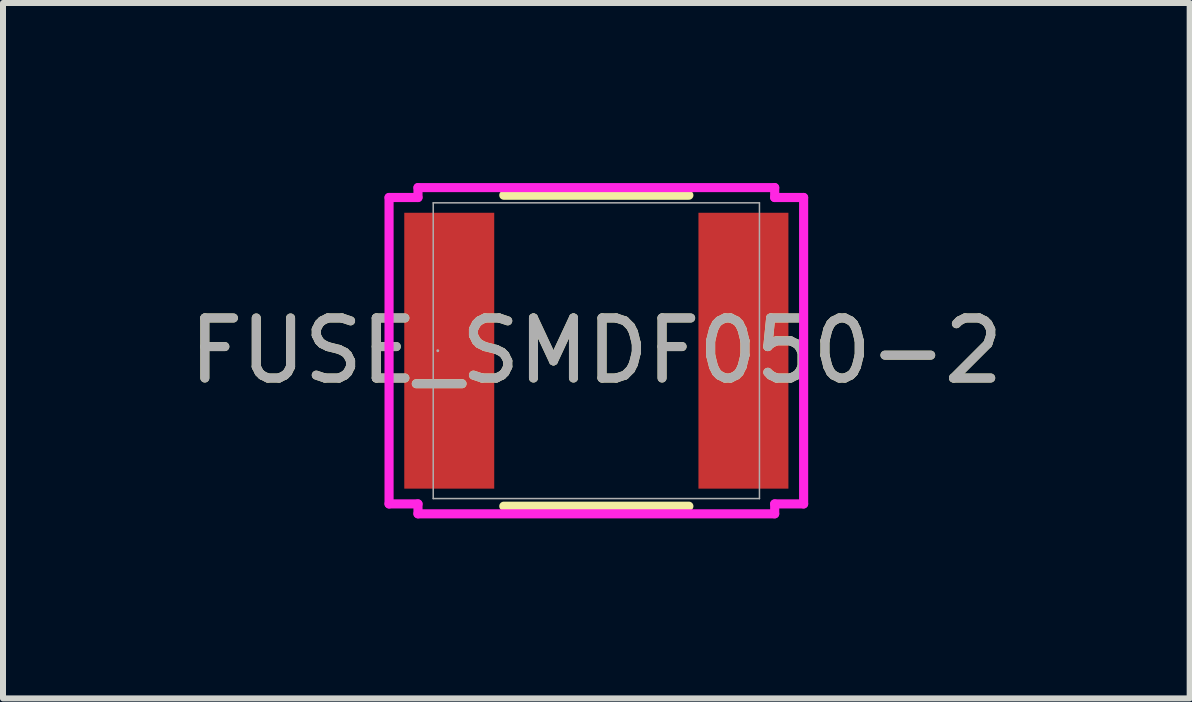
<source format=kicad_pcb>
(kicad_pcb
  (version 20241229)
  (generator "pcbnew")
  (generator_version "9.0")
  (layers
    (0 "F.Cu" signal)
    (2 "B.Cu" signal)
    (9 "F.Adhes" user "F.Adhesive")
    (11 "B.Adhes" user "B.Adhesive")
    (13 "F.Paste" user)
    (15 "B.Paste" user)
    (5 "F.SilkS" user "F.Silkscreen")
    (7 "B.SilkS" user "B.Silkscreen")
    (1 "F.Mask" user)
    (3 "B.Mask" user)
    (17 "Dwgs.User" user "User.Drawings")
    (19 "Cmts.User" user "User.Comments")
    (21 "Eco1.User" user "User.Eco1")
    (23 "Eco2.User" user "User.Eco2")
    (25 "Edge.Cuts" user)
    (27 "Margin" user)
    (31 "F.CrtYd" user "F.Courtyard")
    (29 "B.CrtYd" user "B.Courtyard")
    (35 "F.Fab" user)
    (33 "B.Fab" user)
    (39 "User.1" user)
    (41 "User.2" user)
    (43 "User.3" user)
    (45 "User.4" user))
  (footprint "FUSE_SMDF050-2"
    (layer "F.Cu")
    (at 6.887 2.794)
    (property "Reference" "FUSE_SMDF050-2" (at 0 0 0) (unlocked yes) (layer "F.SilkS") (effects (font (size 1 1) (thickness 0.15))))
    (attr smd)
    (fp_line (start -1.542 2.591) (end 1.542 2.591) (stroke (width 0.152) (type solid)) (layer "F.SilkS"))
    (fp_line (start 1.542 -2.591) (end -1.542 -2.591) (stroke (width 0.152) (type solid)) (layer "F.SilkS"))
    (fp_line (start -3.454 -2.553) (end -2.972 -2.553) (stroke (width 0.152) (type solid)) (layer "F.CrtYd"))
    (fp_line (start -3.454 2.553) (end -3.454 -2.553) (stroke (width 0.152) (type solid)) (layer "F.CrtYd"))
    (fp_line (start -2.972 -2.718) (end 2.972 -2.718) (stroke (width 0.152) (type solid)) (layer "F.CrtYd"))
    (fp_line (start -2.972 -2.553) (end -2.972 -2.718) (stroke (width 0.152) (type solid)) (layer "F.CrtYd"))
    (fp_line (start -2.972 2.553) (end -3.454 2.553) (stroke (width 0.152) (type solid)) (layer "F.CrtYd"))
    (fp_line (start -2.972 2.718) (end -2.972 2.553) (stroke (width 0.152) (type solid)) (layer "F.CrtYd"))
    (fp_line (start 2.972 -2.718) (end 2.972 -2.553) (stroke (width 0.152) (type solid)) (layer "F.CrtYd"))
    (fp_line (start 2.972 -2.553) (end 3.454 -2.553) (stroke (width 0.152) (type solid)) (layer "F.CrtYd"))
    (fp_line (start 2.972 2.553) (end 2.972 2.718) (stroke (width 0.152) (type solid)) (layer "F.CrtYd"))
    (fp_line (start 2.972 2.718) (end -2.972 2.718) (stroke (width 0.152) (type solid)) (layer "F.CrtYd"))
    (fp_line (start 3.454 -2.553) (end 3.454 2.553) (stroke (width 0.152) (type solid)) (layer "F.CrtYd"))
    (fp_line (start 3.454 2.553) (end 2.972 2.553) (stroke (width 0.152) (type solid)) (layer "F.CrtYd"))
    (fp_line (start -2.718 -2.464) (end -2.718 2.464) (stroke (width 0.025) (type solid)) (layer "F.Fab"))
    (fp_line (start -2.718 2.464) (end 2.718 2.464) (stroke (width 0.025) (type solid)) (layer "F.Fab"))
    (fp_line (start 2.718 -2.464) (end -2.718 -2.464) (stroke (width 0.025) (type solid)) (layer "F.Fab"))
    (fp_line (start 2.718 2.464) (end 2.718 -2.464) (stroke (width 0.025) (type solid)) (layer "F.Fab"))
    (fp_circle (center -2.642 0) (end -2.642 0) (stroke (width 0.025) (type solid)) (fill no) (layer "F.Fab"))
    (fp_text user "${REFERENCE}" (at 0 0 0) (unlocked yes) (layer "F.Fab") (effects (font (size 1 1) (thickness 0.15))))
    (pad "1" smd rect (at -2.451 0) (size 1.499 4.597) (layers "F.Cu" "F.Mask" "F.Paste"))
    (pad "2" smd rect (at 2.451 0) (size 1.499 4.597) (layers "F.Cu" "F.Mask" "F.Paste"))
    (zone (net_name "") (layer "F.Cu") (hatch full 0.508) (connect_pads) (min_thickness 0.254) (filled_areas_thickness no) (keepout (tracks not_allowed) (vias not_allowed) (pads allowed) (copperpour not_allowed) (footprints allowed)) (placement (enabled no)) (fill) (polygon (pts (xy 5.236 0.381) (xy 8.538 0.381) (xy 8.538 5.207) (xy 5.236 5.207)))))
  (gr_rect
    (start -3 -3)
    (end 16.774 8.588)
    (stroke (width 0.1) (type default))
    (fill no)
    (layer "Edge.Cuts")))
</source>
